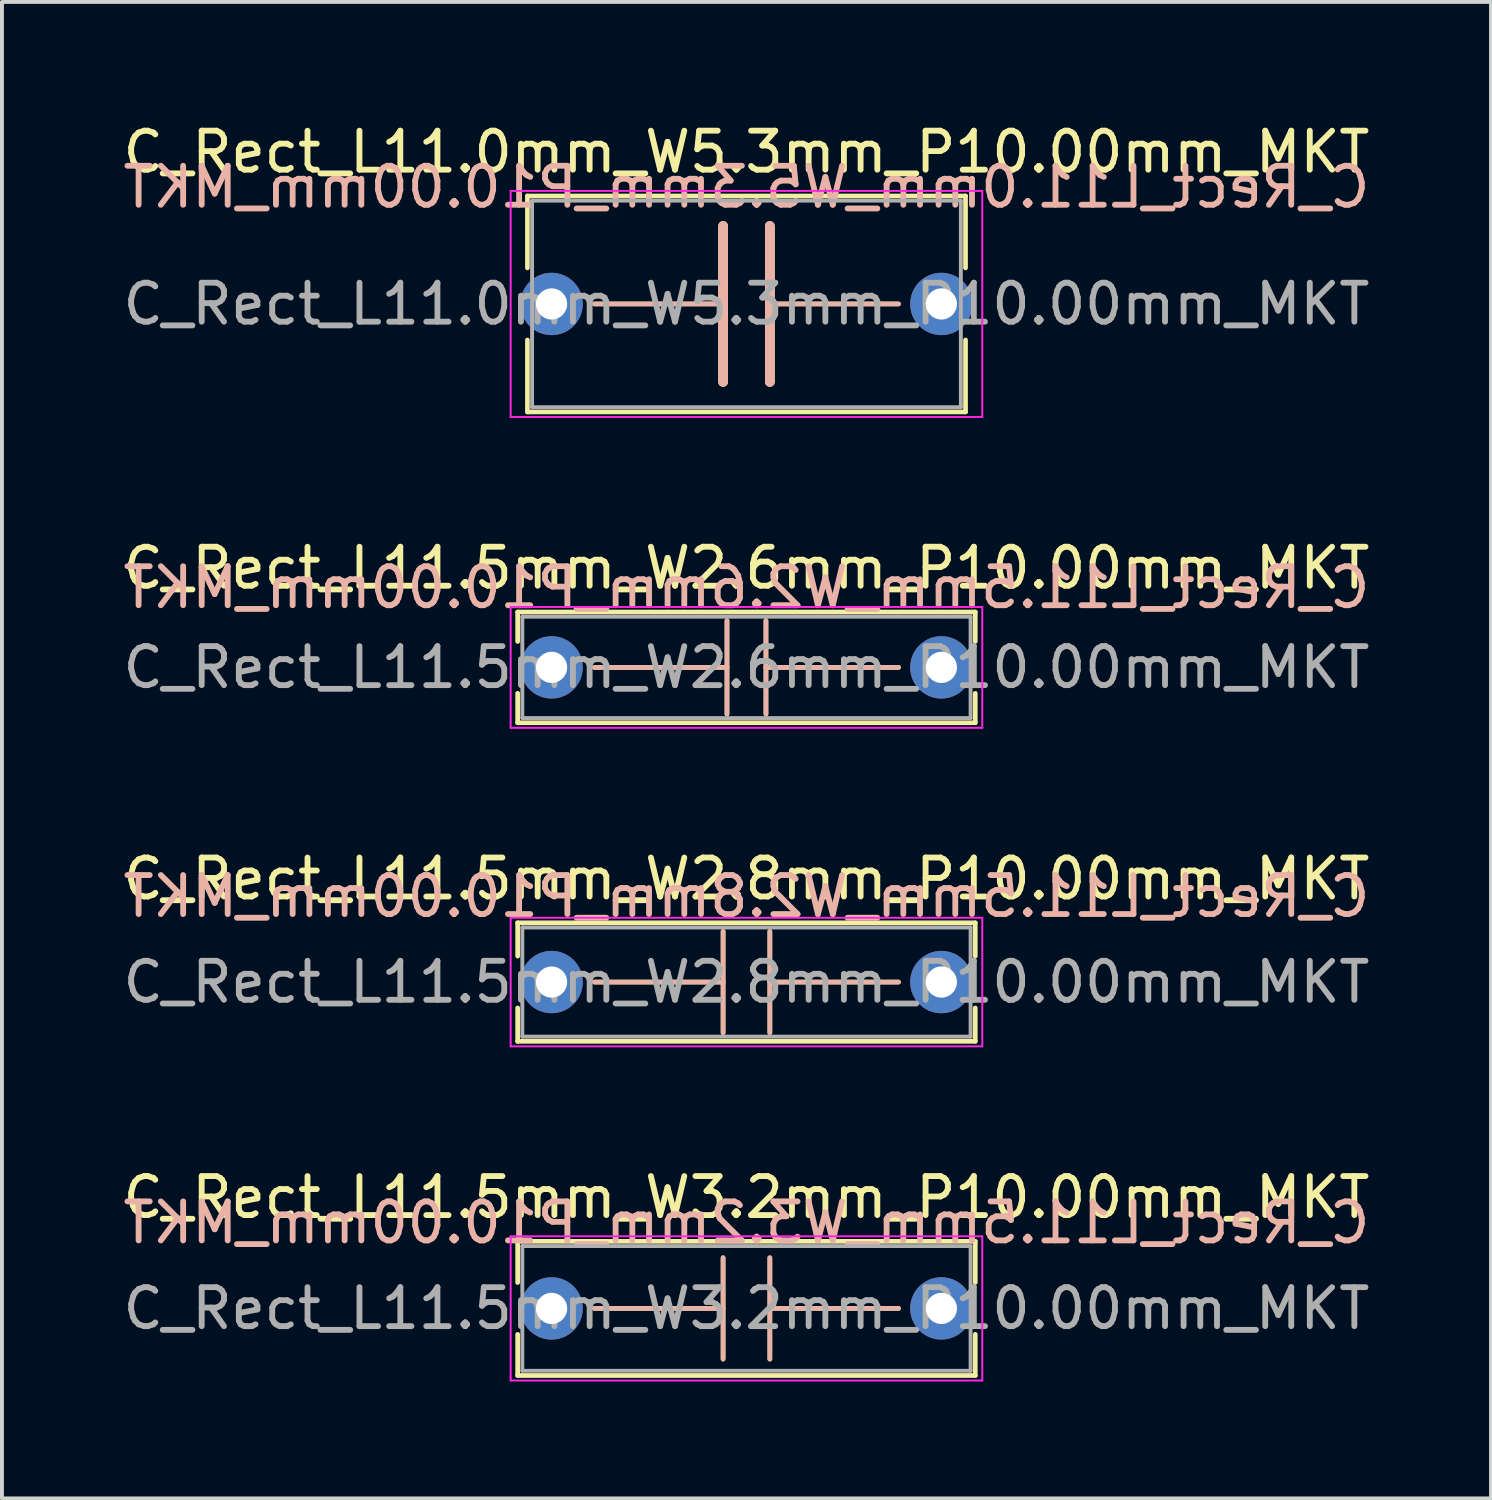
<source format=kicad_pcb>
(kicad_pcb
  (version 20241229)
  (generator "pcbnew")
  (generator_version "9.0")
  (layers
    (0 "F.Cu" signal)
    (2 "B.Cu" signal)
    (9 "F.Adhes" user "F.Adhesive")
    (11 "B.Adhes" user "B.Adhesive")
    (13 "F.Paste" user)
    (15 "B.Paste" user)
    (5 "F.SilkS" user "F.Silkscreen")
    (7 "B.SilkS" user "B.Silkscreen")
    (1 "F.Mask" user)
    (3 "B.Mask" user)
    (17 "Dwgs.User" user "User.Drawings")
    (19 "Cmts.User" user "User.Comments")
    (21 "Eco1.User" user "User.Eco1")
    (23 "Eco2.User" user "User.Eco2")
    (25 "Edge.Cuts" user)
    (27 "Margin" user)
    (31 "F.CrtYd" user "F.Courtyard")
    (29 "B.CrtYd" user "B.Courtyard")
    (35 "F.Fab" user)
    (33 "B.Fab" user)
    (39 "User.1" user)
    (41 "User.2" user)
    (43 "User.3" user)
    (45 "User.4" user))
  (footprint "C_Rect_L11.5mm_W3.2mm_P10.00mm_MKT"
    (layer "F.Cu")
    (at 11.101 30.518)
    (property "Reference" "C_Rect_L11.5mm_W3.2mm_P10.00mm_MKT" (at 5 -2.85 0) (layer "F.SilkS") (effects (font (size 1 1) (thickness 0.15))))
    (fp_line (start -0.87 -1.721) (end -0.87 -0.665) (stroke (width 0.12) (type solid)) (layer "F.SilkS"))
    (fp_line (start -0.87 -1.721) (end 10.87 -1.721) (stroke (width 0.12) (type solid)) (layer "F.SilkS"))
    (fp_line (start -0.87 0.665) (end -0.87 1.721) (stroke (width 0.12) (type solid)) (layer "F.SilkS"))
    (fp_line (start -0.87 1.721) (end 10.87 1.721) (stroke (width 0.12) (type solid)) (layer "F.SilkS"))
    (fp_line (start 1.1 0) (end 4.4 0) (stroke (width 0.12) (type solid)) (layer "F.SilkS"))
    (fp_line (start 4.4 1.3) (end 4.4 -1.3) (stroke (width 0.12) (type solid)) (layer "F.SilkS"))
    (fp_line (start 5.6 1.3) (end 5.6 -1.3) (stroke (width 0.12) (type solid)) (layer "F.SilkS"))
    (fp_line (start 8.9 0) (end 5.6 0) (stroke (width 0.12) (type solid)) (layer "F.SilkS"))
    (fp_line (start 10.87 -1.721) (end 10.87 -0.665) (stroke (width 0.12) (type solid)) (layer "F.SilkS"))
    (fp_line (start 10.87 0.665) (end 10.87 1.721) (stroke (width 0.12) (type solid)) (layer "F.SilkS"))
    (fp_line (start 1.1 0) (end 4.4 0) (stroke (width 0.12) (type solid)) (layer "B.SilkS"))
    (fp_line (start 4.4 -1.3) (end 4.4 1.3) (stroke (width 0.12) (type solid)) (layer "B.SilkS"))
    (fp_line (start 5.6 -1.3) (end 5.6 1.3) (stroke (width 0.12) (type solid)) (layer "B.SilkS"))
    (fp_line (start 8.9 0) (end 5.6 0) (stroke (width 0.12) (type solid)) (layer "B.SilkS"))
    (fp_line (start -1.05 -1.85) (end -1.05 1.85) (stroke (width 0.05) (type solid)) (layer "F.CrtYd"))
    (fp_line (start -1.05 1.85) (end 11.05 1.85) (stroke (width 0.05) (type solid)) (layer "F.CrtYd"))
    (fp_line (start 11.05 -1.85) (end -1.05 -1.85) (stroke (width 0.05) (type solid)) (layer "F.CrtYd"))
    (fp_line (start 11.05 1.85) (end 11.05 -1.85) (stroke (width 0.05) (type solid)) (layer "F.CrtYd"))
    (fp_line (start -0.75 -1.6) (end -0.75 1.6) (stroke (width 0.1) (type solid)) (layer "F.Fab"))
    (fp_line (start -0.75 1.6) (end 10.75 1.6) (stroke (width 0.1) (type solid)) (layer "F.Fab"))
    (fp_line (start 10.75 -1.6) (end -0.75 -1.6) (stroke (width 0.1) (type solid)) (layer "F.Fab"))
    (fp_line (start 10.75 1.6) (end 10.75 -1.6) (stroke (width 0.1) (type solid)) (layer "F.Fab"))
    (fp_text user "${REFERENCE}" (at 5 -2.2 0) (layer "B.SilkS") (effects (font (size 1 1) (thickness 0.15)) (justify mirror)))
    (fp_text user "${REFERENCE}" (at 5 0 0) (layer "F.Fab") (effects (font (size 1 1) (thickness 0.15))))
    (pad "1" thru_hole circle (at 0 0) (size 1.6 1.6) (drill 0.8) (layers "*.Cu" "*.Mask"))
    (pad "2" thru_hole circle (at 10 0) (size 1.6 1.6) (drill 0.8) (layers "*.Cu" "*.Mask")))
  (footprint "C_Rect_L11.5mm_W2.8mm_P10.00mm_MKT"
    (layer "F.Cu")
    (at 11.101 22.145)
    (property "Reference" "C_Rect_L11.5mm_W2.8mm_P10.00mm_MKT" (at 5 -2.65 0) (layer "F.SilkS") (effects (font (size 1 1) (thickness 0.15))))
    (fp_line (start -0.87 -1.52) (end -0.87 -0.665) (stroke (width 0.12) (type solid)) (layer "F.SilkS"))
    (fp_line (start -0.87 -1.52) (end 10.87 -1.52) (stroke (width 0.12) (type solid)) (layer "F.SilkS"))
    (fp_line (start -0.87 0.665) (end -0.87 1.52) (stroke (width 0.12) (type solid)) (layer "F.SilkS"))
    (fp_line (start -0.87 1.52) (end 10.87 1.52) (stroke (width 0.12) (type solid)) (layer "F.SilkS"))
    (fp_line (start 1.1 0) (end 4.4 0) (stroke (width 0.12) (type solid)) (layer "F.SilkS"))
    (fp_line (start 4.4 1.3) (end 4.4 -1.3) (stroke (width 0.12) (type solid)) (layer "F.SilkS"))
    (fp_line (start 5.6 1.3) (end 5.6 -1.3) (stroke (width 0.12) (type solid)) (layer "F.SilkS"))
    (fp_line (start 8.9 0) (end 5.6 0) (stroke (width 0.12) (type solid)) (layer "F.SilkS"))
    (fp_line (start 10.87 -1.52) (end 10.87 -0.665) (stroke (width 0.12) (type solid)) (layer "F.SilkS"))
    (fp_line (start 10.87 0.665) (end 10.87 1.52) (stroke (width 0.12) (type solid)) (layer "F.SilkS"))
    (fp_line (start 1.1 0) (end 4.4 0) (stroke (width 0.12) (type solid)) (layer "B.SilkS"))
    (fp_line (start 4.4 -1.3) (end 4.4 1.3) (stroke (width 0.12) (type solid)) (layer "B.SilkS"))
    (fp_line (start 5.6 -1.3) (end 5.6 1.3) (stroke (width 0.12) (type solid)) (layer "B.SilkS"))
    (fp_line (start 8.9 0) (end 5.6 0) (stroke (width 0.12) (type solid)) (layer "B.SilkS"))
    (fp_line (start -1.05 -1.65) (end -1.05 1.65) (stroke (width 0.05) (type solid)) (layer "F.CrtYd"))
    (fp_line (start -1.05 1.65) (end 11.05 1.65) (stroke (width 0.05) (type solid)) (layer "F.CrtYd"))
    (fp_line (start 11.05 -1.65) (end -1.05 -1.65) (stroke (width 0.05) (type solid)) (layer "F.CrtYd"))
    (fp_line (start 11.05 1.65) (end 11.05 -1.65) (stroke (width 0.05) (type solid)) (layer "F.CrtYd"))
    (fp_line (start -0.75 -1.4) (end -0.75 1.4) (stroke (width 0.1) (type solid)) (layer "F.Fab"))
    (fp_line (start -0.75 1.4) (end 10.75 1.4) (stroke (width 0.1) (type solid)) (layer "F.Fab"))
    (fp_line (start 10.75 -1.4) (end -0.75 -1.4) (stroke (width 0.1) (type solid)) (layer "F.Fab"))
    (fp_line (start 10.75 1.4) (end 10.75 -1.4) (stroke (width 0.1) (type solid)) (layer "F.Fab"))
    (fp_text user "${REFERENCE}" (at 5 -2.2 0) (layer "B.SilkS") (effects (font (size 1 1) (thickness 0.15)) (justify mirror)))
    (fp_text user "${REFERENCE}" (at 5 0 0) (layer "F.Fab") (effects (font (size 1 1) (thickness 0.15))))
    (pad "1" thru_hole circle (at 0 0) (size 1.6 1.6) (drill 0.8) (layers "*.Cu" "*.Mask"))
    (pad "2" thru_hole circle (at 10 0) (size 1.6 1.6) (drill 0.8) (layers "*.Cu" "*.Mask")))
  (footprint "C_Rect_L11.5mm_W2.6mm_P10.00mm_MKT"
    (layer "F.Cu")
    (at 11.101 14.072)
    (property "Reference" "C_Rect_L11.5mm_W2.6mm_P10.00mm_MKT" (at 5 -2.55 0) (layer "F.SilkS") (effects (font (size 1 1) (thickness 0.15))))
    (fp_line (start -0.87 -1.42) (end -0.87 -0.665) (stroke (width 0.12) (type solid)) (layer "F.SilkS"))
    (fp_line (start -0.87 -1.42) (end 10.87 -1.42) (stroke (width 0.12) (type solid)) (layer "F.SilkS"))
    (fp_line (start -0.87 0.665) (end -0.87 1.42) (stroke (width 0.12) (type solid)) (layer "F.SilkS"))
    (fp_line (start -0.87 1.42) (end 10.87 1.42) (stroke (width 0.12) (type solid)) (layer "F.SilkS"))
    (fp_line (start 1.1 0) (end 4.5 0) (stroke (width 0.12) (type solid)) (layer "F.SilkS"))
    (fp_line (start 4.5 1.2) (end 4.5 -1.2) (stroke (width 0.12) (type solid)) (layer "F.SilkS"))
    (fp_line (start 5.5 1.2) (end 5.5 -1.2) (stroke (width 0.12) (type solid)) (layer "F.SilkS"))
    (fp_line (start 8.9 0) (end 5.5 0) (stroke (width 0.12) (type solid)) (layer "F.SilkS"))
    (fp_line (start 10.87 -1.42) (end 10.87 -0.665) (stroke (width 0.12) (type solid)) (layer "F.SilkS"))
    (fp_line (start 10.87 0.665) (end 10.87 1.42) (stroke (width 0.12) (type solid)) (layer "F.SilkS"))
    (fp_line (start 1.1 0) (end 4.5 0) (stroke (width 0.12) (type solid)) (layer "B.SilkS"))
    (fp_line (start 4.5 -1.2) (end 4.5 1.2) (stroke (width 0.12) (type solid)) (layer "B.SilkS"))
    (fp_line (start 5.5 -1.2) (end 5.5 1.2) (stroke (width 0.12) (type solid)) (layer "B.SilkS"))
    (fp_line (start 8.9 0) (end 5.5 0) (stroke (width 0.12) (type solid)) (layer "B.SilkS"))
    (fp_line (start -1.05 -1.55) (end -1.05 1.55) (stroke (width 0.05) (type solid)) (layer "F.CrtYd"))
    (fp_line (start -1.05 1.55) (end 11.05 1.55) (stroke (width 0.05) (type solid)) (layer "F.CrtYd"))
    (fp_line (start 11.05 -1.55) (end -1.05 -1.55) (stroke (width 0.05) (type solid)) (layer "F.CrtYd"))
    (fp_line (start 11.05 1.55) (end 11.05 -1.55) (stroke (width 0.05) (type solid)) (layer "F.CrtYd"))
    (fp_line (start -0.75 -1.3) (end -0.75 1.3) (stroke (width 0.1) (type solid)) (layer "F.Fab"))
    (fp_line (start -0.75 1.3) (end 10.75 1.3) (stroke (width 0.1) (type solid)) (layer "F.Fab"))
    (fp_line (start 10.75 -1.3) (end -0.75 -1.3) (stroke (width 0.1) (type solid)) (layer "F.Fab"))
    (fp_line (start 10.75 1.3) (end 10.75 -1.3) (stroke (width 0.1) (type solid)) (layer "F.Fab"))
    (fp_text user "${REFERENCE}" (at 5 -2.05 0) (layer "B.SilkS") (effects (font (size 1 1) (thickness 0.15)) (justify mirror)))
    (fp_text user "${REFERENCE}" (at 5 0 0) (layer "F.Fab") (effects (font (size 1 1) (thickness 0.15))))
    (pad "1" thru_hole circle (at 0 0) (size 1.6 1.6) (drill 0.8) (layers "*.Cu" "*.Mask"))
    (pad "2" thru_hole circle (at 10 0) (size 1.6 1.6) (drill 0.8) (layers "*.Cu" "*.Mask")))
  (footprint "C_Rect_L11.0mm_W5.3mm_P10.00mm_MKT"
    (layer "F.Cu")
    (at 11.101 4.748)
    (property "Reference" "C_Rect_L11.0mm_W5.3mm_P10.00mm_MKT" (at 5 -3.9 0) (layer "F.SilkS") (effects (font (size 1 1) (thickness 0.15))))
    (fp_line (start -0.62 -2.77) (end -0.62 -0.925) (stroke (width 0.12) (type solid)) (layer "F.SilkS"))
    (fp_line (start -0.62 -2.77) (end 10.62 -2.77) (stroke (width 0.12) (type solid)) (layer "F.SilkS"))
    (fp_line (start -0.62 0.925) (end -0.62 2.77) (stroke (width 0.12) (type solid)) (layer "F.SilkS"))
    (fp_line (start -0.62 2.77) (end 10.62 2.77) (stroke (width 0.12) (type solid)) (layer "F.SilkS"))
    (fp_line (start 1.1 0) (end 4.4 0) (stroke (width 0.12) (type solid)) (layer "F.SilkS"))
    (fp_line (start 4.4 2) (end 4.4 -2) (stroke (width 0.25) (type solid)) (layer "F.SilkS"))
    (fp_line (start 5.6 2) (end 5.6 -2) (stroke (width 0.25) (type solid)) (layer "F.SilkS"))
    (fp_line (start 8.9 0) (end 5.6 0) (stroke (width 0.12) (type solid)) (layer "F.SilkS"))
    (fp_line (start 10.62 -2.77) (end 10.62 -0.925) (stroke (width 0.12) (type solid)) (layer "F.SilkS"))
    (fp_line (start 10.62 0.925) (end 10.62 2.77) (stroke (width 0.12) (type solid)) (layer "F.SilkS"))
    (fp_line (start 1.1 0) (end 4.4 0) (stroke (width 0.12) (type solid)) (layer "B.SilkS"))
    (fp_line (start 4.4 -2) (end 4.4 2) (stroke (width 0.25) (type solid)) (layer "B.SilkS"))
    (fp_line (start 5.6 -2) (end 5.6 2) (stroke (width 0.25) (type solid)) (layer "B.SilkS"))
    (fp_line (start 8.9 0) (end 5.6 0) (stroke (width 0.12) (type solid)) (layer "B.SilkS"))
    (fp_line (start -1.05 -2.9) (end -1.05 2.9) (stroke (width 0.05) (type solid)) (layer "F.CrtYd"))
    (fp_line (start -1.05 2.9) (end 11.05 2.9) (stroke (width 0.05) (type solid)) (layer "F.CrtYd"))
    (fp_line (start 11.05 -2.9) (end -1.05 -2.9) (stroke (width 0.05) (type solid)) (layer "F.CrtYd"))
    (fp_line (start 11.05 2.9) (end 11.05 -2.9) (stroke (width 0.05) (type solid)) (layer "F.CrtYd"))
    (fp_line (start -0.5 -2.65) (end -0.5 2.65) (stroke (width 0.1) (type solid)) (layer "F.Fab"))
    (fp_line (start -0.5 2.65) (end 10.5 2.65) (stroke (width 0.1) (type solid)) (layer "F.Fab"))
    (fp_line (start 10.5 -2.65) (end -0.5 -2.65) (stroke (width 0.1) (type solid)) (layer "F.Fab"))
    (fp_line (start 10.5 2.65) (end 10.5 -2.65) (stroke (width 0.1) (type solid)) (layer "F.Fab"))
    (fp_text user "${REFERENCE}" (at 5 -3 0) (layer "B.SilkS") (effects (font (size 1 1) (thickness 0.15)) (justify mirror)))
    (fp_text user "${REFERENCE}" (at 5 0 0) (layer "F.Fab") (effects (font (size 1 1) (thickness 0.15))))
    (pad "1" thru_hole circle (at 0 0) (size 1.6 1.6) (drill 0.8) (layers "*.Cu" "*.Mask"))
    (pad "2" thru_hole circle (at 10 0) (size 1.6 1.6) (drill 0.8) (layers "*.Cu" "*.Mask")))
  (gr_rect
    (start -3 -3)
    (end 35.202 35.393)
    (stroke (width 0.1) (type default))
    (fill no)
    (layer "Edge.Cuts")))
</source>
